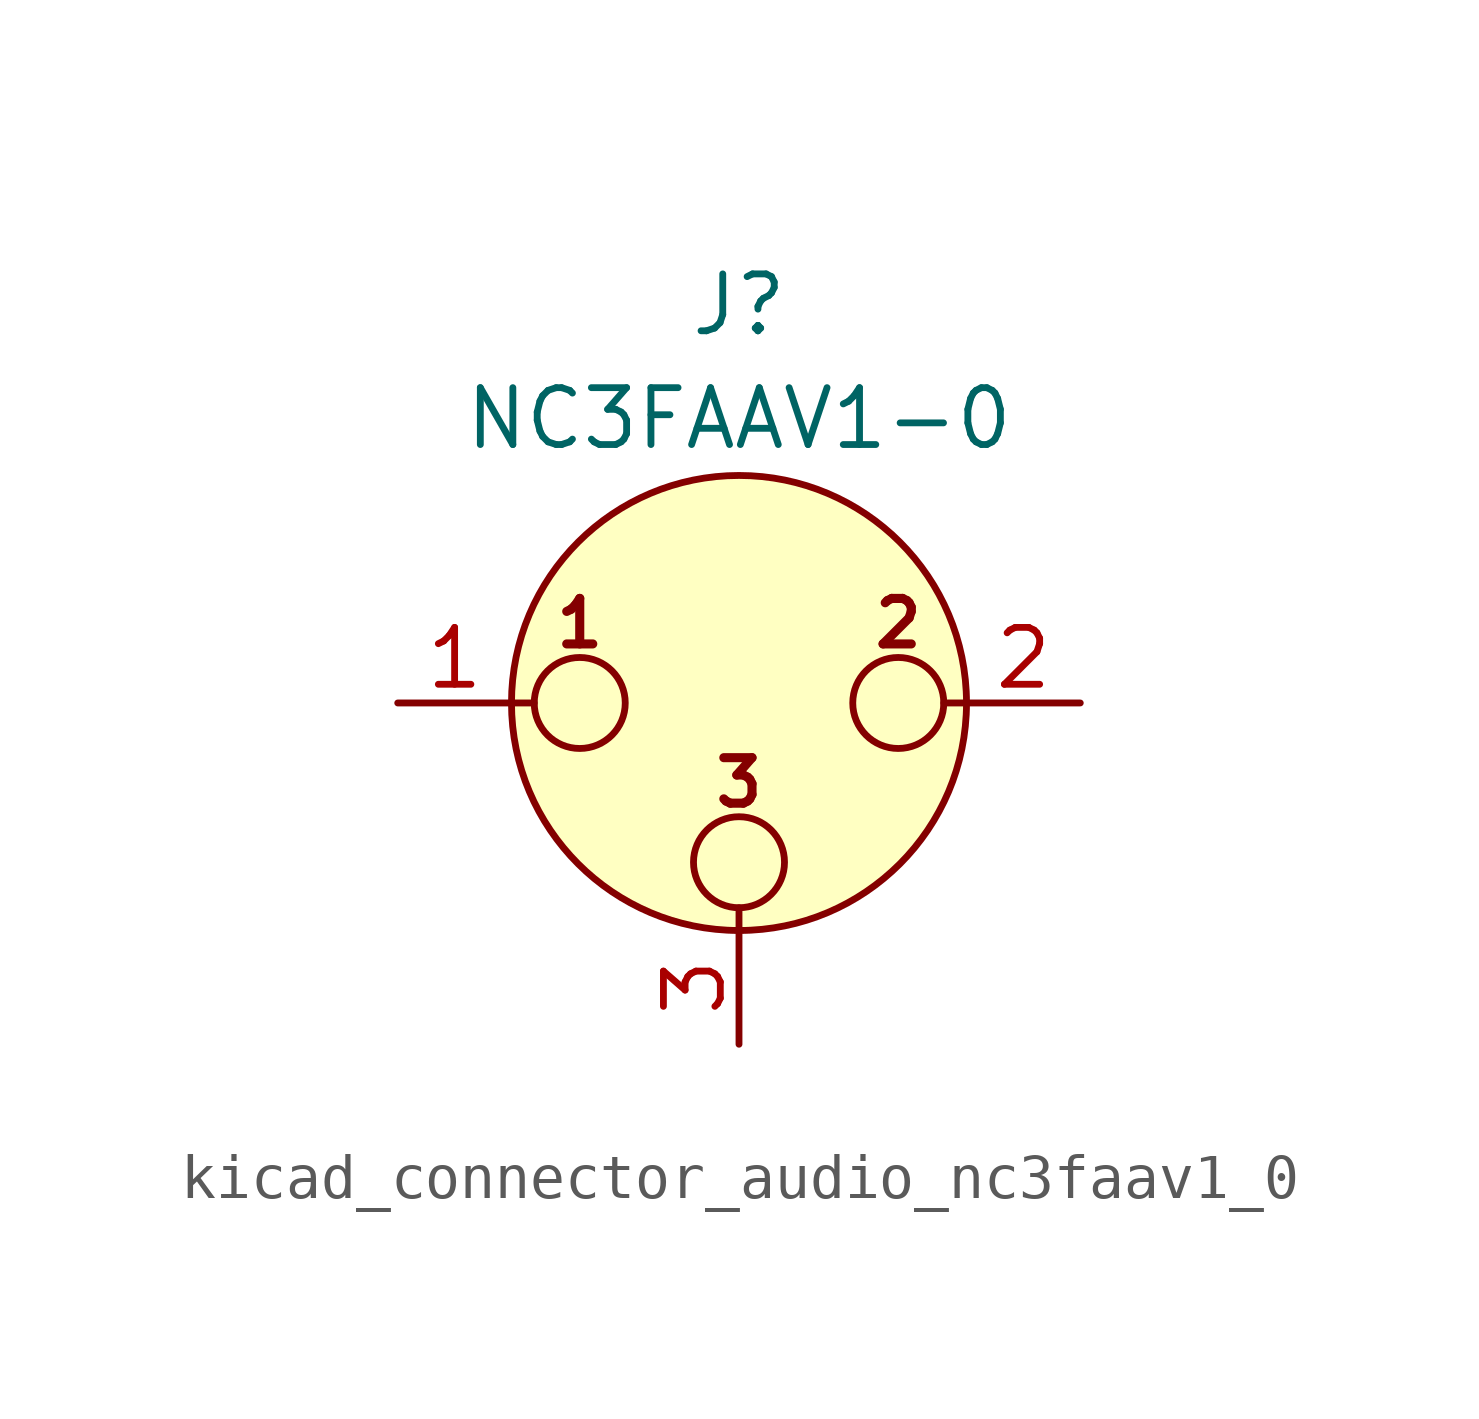
<source format=kicad_sym>
(kicad_symbol_lib
  (version 20220914)
  (generator kicad_symbol_editor)
  (symbol "kicad_connector_audio_nc3faav1_0"
    (pin_names hide)
    (property "Reference" "J"
      (at 0 8.89 0)
      (effects (font (size 1.27 1.27))))
    (property "Value" "NC3FAAV1-0"
      (at 0 6.35 0)
      (effects (font (size 1.27 1.27))))
    (symbol "kicad_connector_audio_nc3faav1_0_0_1"
      (circle (center -3.556 0) (radius 1.016) (stroke (width 0) (type default)) (fill (type none)))
      (circle (center 0 -3.556) (radius 1.016) (stroke (width 0) (type default)) (fill (type none)))
      (polyline (pts (xy -5.08 0) (xy -4.572 0)) (stroke (width 0) (type default)) (fill (type none)))
      (polyline (pts (xy 0 -5.08) (xy 0 -4.572)) (stroke (width 0) (type default)) (fill (type none)))
      (polyline (pts (xy 5.08 0) (xy 4.572 0)) (stroke (width 0) (type default)) (fill (type none)))
      (circle (center 0 0) (radius 5.08) (stroke (width 0) (type default)) (fill (type background)))
      (circle (center 3.556 0) (radius 1.016) (stroke (width 0) (type default)) (fill (type none)))
      (text "1" (at -3.556 1.778 0) (effects (font (size 1.016 1.016) bold)))
      (text "2" (at 3.556 1.778 0) (effects (font (size 1.016 1.016) bold)))
      (text "3" (at 0 -1.778 0) (effects (font (size 1.016 1.016) bold)))
      (pin passive line (at -7.62 0 0) (length 2.54) (name "~" (effects (font (size 1.27 1.27)))) (number "1" (effects (font (size 1.27 1.27)))))
      (pin passive line (at 7.62 0 180) (length 2.54) (name "~" (effects (font (size 1.27 1.27)))) (number "2" (effects (font (size 1.27 1.27)))))
      (pin passive line (at 0 -7.62 90) (length 2.54) (name "~" (effects (font (size 1.27 1.27)))) (number "3" (effects (font (size 1.27 1.27))))))))
</source>
